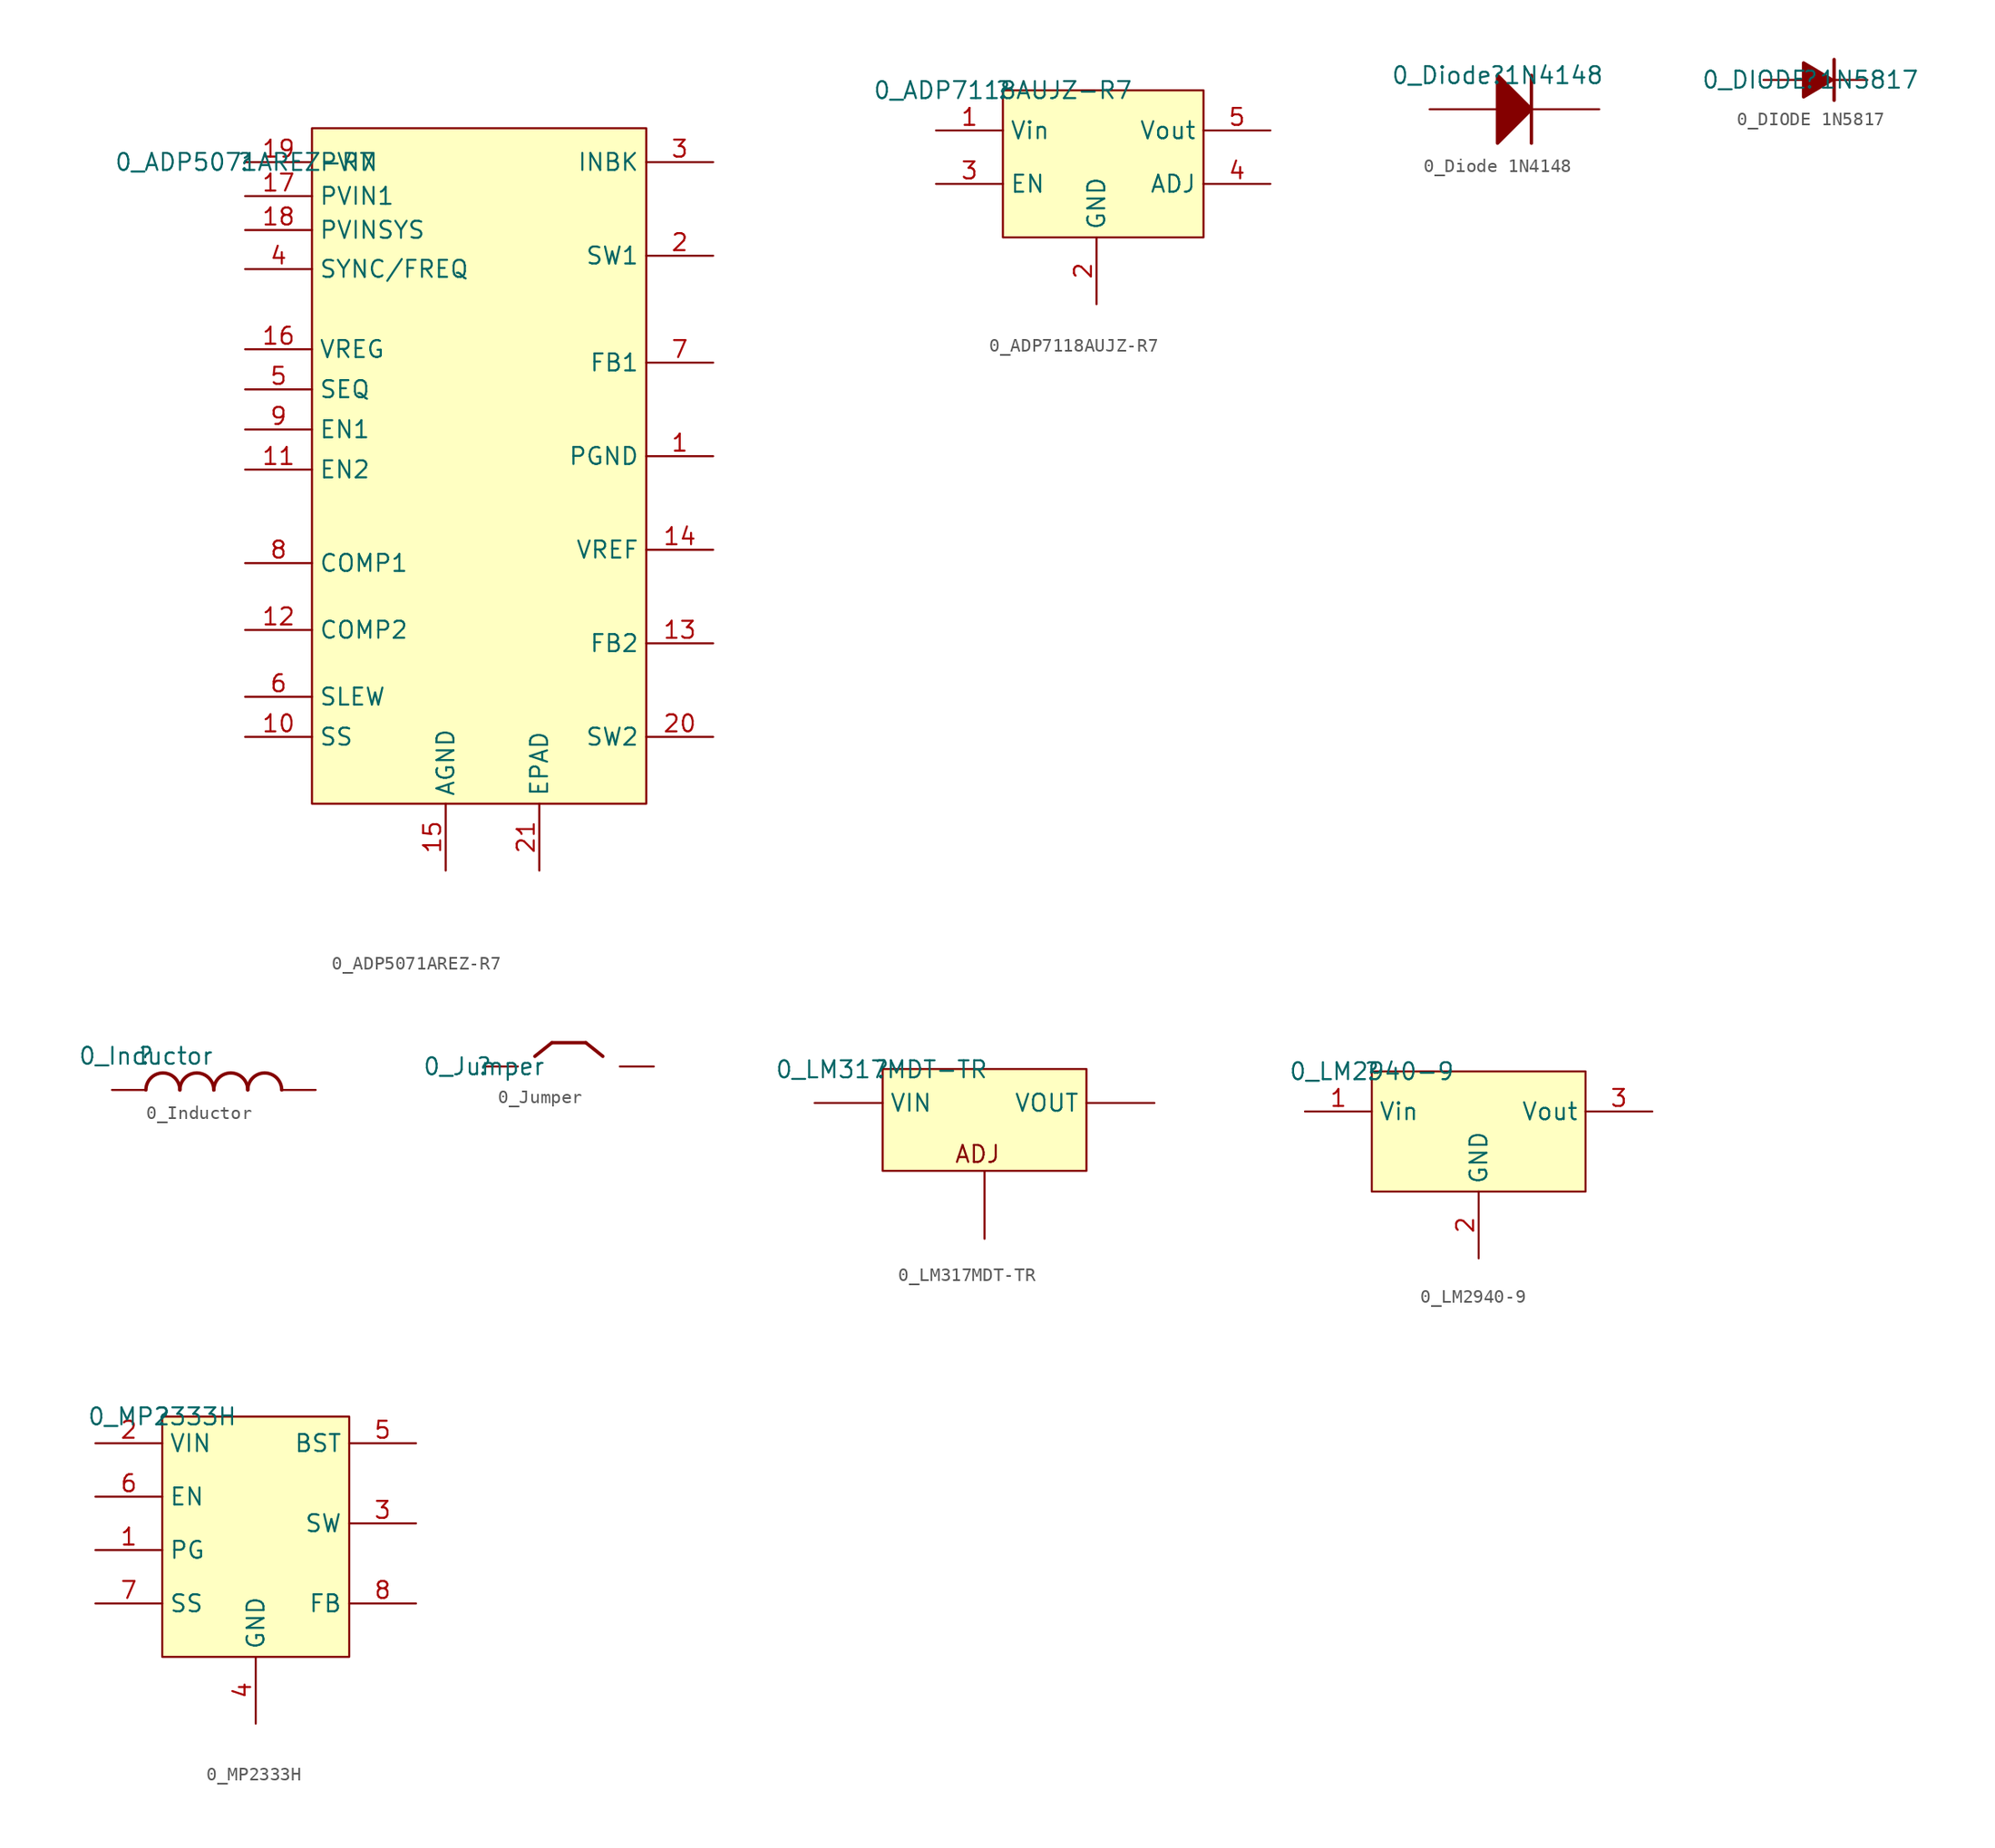
<source format=kicad_sym>
(kicad_symbol_lib
  (version 20211014)
  (generator kicad_symbol_editor)
  (symbol "0_ADP5071AREZ-R7"
    (property "Reference" ""
      (at 0 0 0)
      (effects (font (size 1.27 1.27))))
    (property "Value" "0_ADP5071AREZ-R7"
      (at 0 0 0)
      (effects (font (size 1.27 1.27))))
    (symbol "0_ADP5071AREZ-R7_1_0"
      (rectangle (start 30 2.54) (end 5 -48) (stroke (width 0) (type default) (color 0 0 0 0)) (fill (type background)))
      (pin power_in line (at 35 -22 180) (length 5) (name "PGND" (effects (font (size 1.27 1.27)))) (number "1" (effects (font (size 1.27 1.27)))))
      (pin input line (at 0 -43 0) (length 5) (name "SS" (effects (font (size 1.27 1.27)))) (number "10" (effects (font (size 1.27 1.27)))))
      (pin input line (at 0 -23 0) (length 5) (name "EN2" (effects (font (size 1.27 1.27)))) (number "11" (effects (font (size 1.27 1.27)))))
      (pin input line (at 0 -35 0) (length 5) (name "COMP2" (effects (font (size 1.27 1.27)))) (number "12" (effects (font (size 1.27 1.27)))))
      (pin input line (at 35 -36 180) (length 5) (name "FB2" (effects (font (size 1.27 1.27)))) (number "13" (effects (font (size 1.27 1.27)))))
      (pin power_in line (at 35 -29 180) (length 5) (name "VREF" (effects (font (size 1.27 1.27)))) (number "14" (effects (font (size 1.27 1.27)))))
      (pin power_in line (at 15 -53 90) (length 5) (name "AGND" (effects (font (size 1.27 1.27)))) (number "15" (effects (font (size 1.27 1.27)))))
      (pin power_in line (at 0 -14 0) (length 5) (name "VREG" (effects (font (size 1.27 1.27)))) (number "16" (effects (font (size 1.27 1.27)))))
      (pin power_in line (at 0 -2.54 0) (length 5) (name "PVIN1" (effects (font (size 1.27 1.27)))) (number "17" (effects (font (size 1.27 1.27)))))
      (pin power_in line (at 0 -5.08 0) (length 5) (name "PVINSYS" (effects (font (size 1.27 1.27)))) (number "18" (effects (font (size 1.27 1.27)))))
      (pin power_in line (at 0 0 0) (length 5) (name "PVIN" (effects (font (size 1.27 1.27)))) (number "19" (effects (font (size 1.27 1.27)))))
      (pin input line (at 35 -7 180) (length 5) (name "SW1" (effects (font (size 1.27 1.27)))) (number "2" (effects (font (size 1.27 1.27)))))
      (pin input line (at 35 -43 180) (length 5) (name "SW2" (effects (font (size 1.27 1.27)))) (number "20" (effects (font (size 1.27 1.27)))))
      (pin passive line (at 22 -53 90) (length 5) (name "EPAD" (effects (font (size 1.27 1.27)))) (number "21" (effects (font (size 1.27 1.27)))))
      (pin output line (at 35 0 180) (length 5) (name "INBK" (effects (font (size 1.27 1.27)))) (number "3" (effects (font (size 1.27 1.27)))))
      (pin input line (at 0 -8 0) (length 5) (name "SYNC/FREQ" (effects (font (size 1.27 1.27)))) (number "4" (effects (font (size 1.27 1.27)))))
      (pin input line (at 0 -17 0) (length 5) (name "SEQ" (effects (font (size 1.27 1.27)))) (number "5" (effects (font (size 1.27 1.27)))))
      (pin input line (at 0 -40 0) (length 5) (name "SLEW" (effects (font (size 1.27 1.27)))) (number "6" (effects (font (size 1.27 1.27)))))
      (pin input line (at 35 -15 180) (length 5) (name "FB1" (effects (font (size 1.27 1.27)))) (number "7" (effects (font (size 1.27 1.27)))))
      (pin input line (at 0 -30 0) (length 5) (name "COMP1" (effects (font (size 1.27 1.27)))) (number "8" (effects (font (size 1.27 1.27)))))
      (pin input line (at 0 -20 0) (length 5) (name "EN1" (effects (font (size 1.27 1.27)))) (number "9" (effects (font (size 1.27 1.27)))))))
  (symbol "0_ADP7118AUJZ-R7"
    (property "Reference" ""
      (at 0 0 0)
      (effects (font (size 1.27 1.27))))
    (property "Value" "0_ADP7118AUJZ-R7"
      (at 0 0 0)
      (effects (font (size 1.27 1.27))))
    (symbol "0_ADP7118AUJZ-R7_1_0"
      (rectangle (start 15 0) (end 0 -11) (stroke (width 0) (type default) (color 0 0 0 0)) (fill (type background)))
      (pin power_in line (at -5 -3 0) (length 5) (name "Vin" (effects (font (size 1.27 1.27)))) (number "1" (effects (font (size 1.27 1.27)))))
      (pin power_in line (at 7 -16 90) (length 5) (name "GND" (effects (font (size 1.27 1.27)))) (number "2" (effects (font (size 1.27 1.27)))))
      (pin input line (at -5 -7 0) (length 5) (name "EN" (effects (font (size 1.27 1.27)))) (number "3" (effects (font (size 1.27 1.27)))))
      (pin input line (at 20 -7 180) (length 5) (name "ADJ" (effects (font (size 1.27 1.27)))) (number "4" (effects (font (size 1.27 1.27)))))
      (pin power_in line (at 20 -3 180) (length 5) (name "Vout" (effects (font (size 1.27 1.27)))) (number "5" (effects (font (size 1.27 1.27)))))))
  (symbol "0_Diode 1N4148"
    (property "Reference" ""
      (at 0 0 0)
      (effects (font (size 1.27 1.27))))
    (property "Value" "0_Diode 1N4148"
      (at 0 0 0)
      (effects (font (size 1.27 1.27))))
    (symbol "0_Diode 1N4148_1_0"
      (polyline (pts (xy 2.54 0) (xy 2.54 -5.08)) (stroke (width 0.254) (type default) (color 0 0 0 0)) (fill (type none)))
      (polyline (pts (xy 0 -5.08) (xy 2.54 -2.54) (xy 0 0) (xy 0 -5.08)) (stroke (width 0.254) (type default) (color 0 0 0 0)) (fill (type outline)))
      (pin passive line (at -5.08 -2.54 0) (length 5.08) (name "A" (effects (font (size 0 0)))) (number "1" (effects (font (size 0 0)))))
      (pin passive line (at 7.62 -2.54 180) (length 5.08) (name "K" (effects (font (size 0 0)))) (number "2" (effects (font (size 0 0)))))))
  (symbol "0_DIODE 1N5817"
    (property "Reference" ""
      (at 0 0 0)
      (effects (font (size 1.27 1.27))))
    (property "Value" "0_DIODE 1N5817"
      (at 0 0 0)
      (effects (font (size 1.27 1.27))))
    (symbol "0_DIODE 1N5817_1_0"
      (polyline (pts (xy 1.778 1.524) (xy 1.778 -1.524)) (stroke (width 0.254) (type default) (color 0 0 0 0)) (fill (type none)))
      (polyline (pts (xy -0.508 -1.27) (xy 1.62 0) (xy -0.508 1.27) (xy -0.508 -1.27)) (stroke (width 0.254) (type default) (color 0 0 0 0)) (fill (type outline)))
      (pin passive line (at -3.508 0 0) (length 3) (name "A" (effects (font (size 0 0)))) (number "A" (effects (font (size 0 0)))))
      (pin passive line (at 4.27 0 180) (length 3) (name "K" (effects (font (size 0 0)))) (number "K" (effects (font (size 0 0)))))))
  (symbol "0_Inductor"
    (property "Reference" ""
      (at 0 0 0)
      (effects (font (size 1.27 1.27))))
    (property "Value" "0_Inductor"
      (at 0 0 0)
      (effects (font (size 1.27 1.27))))
    (symbol "0_Inductor_1_0"
      (arc (start 1.27 -1.27) (mid 0.372 -1.642) (end 0 -2.54) (stroke (width 0.254) (type default) (color 0 0 0 0)) (fill (type none)))
      (arc (start 2.54 -2.54) (mid 2.168 -1.642) (end 1.27 -1.27) (stroke (width 0.254) (type default) (color 0 0 0 0)) (fill (type none)))
      (arc (start 3.81 -1.27) (mid 2.912 -1.642) (end 2.54 -2.54) (stroke (width 0.254) (type default) (color 0 0 0 0)) (fill (type none)))
      (arc (start 5.08 -2.54) (mid 4.708 -1.642) (end 3.81 -1.27) (stroke (width 0.254) (type default) (color 0 0 0 0)) (fill (type none)))
      (arc (start 6.35 -1.27) (mid 5.452 -1.642) (end 5.08 -2.54) (stroke (width 0.254) (type default) (color 0 0 0 0)) (fill (type none)))
      (arc (start 7.62 -2.54) (mid 7.248 -1.642) (end 6.35 -1.27) (stroke (width 0.254) (type default) (color 0 0 0 0)) (fill (type none)))
      (arc (start 8.89 -1.27) (mid 7.992 -1.642) (end 7.62 -2.54) (stroke (width 0.254) (type default) (color 0 0 0 0)) (fill (type none)))
      (arc (start 10.16 -2.54) (mid 9.788 -1.642) (end 8.89 -1.27) (stroke (width 0.254) (type default) (color 0 0 0 0)) (fill (type none)))
      (pin passive line (at -2.54 -2.54 0) (length 2.54) (name "1" (effects (font (size 0 0)))) (number "1" (effects (font (size 0 0)))))
      (pin passive line (at 12.7 -2.54 180) (length 2.54) (name "2" (effects (font (size 0 0)))) (number "2" (effects (font (size 0 0)))))))
  (symbol "0_Jumper"
    (property "Reference" ""
      (at 0 0 0)
      (effects (font (size 1.27 1.27))))
    (property "Value" "0_Jumper"
      (at 0 0 0)
      (effects (font (size 1.27 1.27))))
    (symbol "0_Jumper_1_0"
      (polyline (pts (xy 3.81 0.762) (xy 5.08 1.778)) (stroke (width 0.254) (type default) (color 0 0 0 0)) (fill (type none)))
      (polyline (pts (xy 7.62 1.778) (xy 5.08 1.778)) (stroke (width 0.254) (type default) (color 0 0 0 0)) (fill (type none)))
      (polyline (pts (xy 7.62 1.778) (xy 8.89 0.762)) (stroke (width 0.254) (type default) (color 0 0 0 0)) (fill (type none)))
      (pin passive line (at 0 0 0) (length 2.54) (name "C1" (effects (font (size 0 0)))) (number "1" (effects (font (size 0 0)))))
      (pin passive line (at 12.7 0 180) (length 2.54) (name "C2" (effects (font (size 0 0)))) (number "2" (effects (font (size 0 0)))))))
  (symbol "0_LM317MDT-TR"
    (property "Reference" ""
      (at 0 0 0)
      (effects (font (size 1.27 1.27))))
    (property "Value" "0_LM317MDT-TR"
      (at 0 0 0)
      (effects (font (size 1.27 1.27))))
    (symbol "0_LM317MDT-TR_1_0"
      (rectangle (start 15.32 0.04) (end 0.08 -7.58) (stroke (width 0) (type default) (color 0 0 0 0)) (fill (type background)))
      (text "ADJ" (at 5.414 -7.072 0) (effects (font (size 1.27 1.27)) (justify left bottom)))
      (pin input line (at 7.7 -12.66 90) (length 5.08) (name "ADJ" (effects (font (size 0 0)))) (number "1" (effects (font (size 0 0)))))
      (pin power_in line (at -5 -2.5 0) (length 5.08) (name "VIN" (effects (font (size 1.27 1.27)))) (number "3" (effects (font (size 0 0)))))
      (pin power_in line (at 20.4 -2.5 180) (length 5.08) (name "VOUT" (effects (font (size 1.27 1.27)))) (number "4" (effects (font (size 0 0)))))))
  (symbol "0_LM2940-9"
    (property "Reference" ""
      (at 0 0 0)
      (effects (font (size 1.27 1.27))))
    (property "Value" "0_LM2940-9"
      (at 0 0 0)
      (effects (font (size 1.27 1.27))))
    (symbol "0_LM2940-9_1_0"
      (rectangle (start 16 0) (end 0 -9) (stroke (width 0) (type default) (color 0 0 0 0)) (fill (type background)))
      (pin power_in line (at -5 -3 0) (length 5) (name "Vin" (effects (font (size 1.27 1.27)))) (number "1" (effects (font (size 1.27 1.27)))))
      (pin input line (at 8 -14 90) (length 5) (name "GND" (effects (font (size 1.27 1.27)))) (number "2" (effects (font (size 1.27 1.27)))))
      (pin power_in line (at 21 -3 180) (length 5) (name "Vout" (effects (font (size 1.27 1.27)))) (number "3" (effects (font (size 1.27 1.27)))))))
  (symbol "0_MP2333H"
    (property "Reference" ""
      (at 0 0 0)
      (effects (font (size 1.27 1.27))))
    (property "Value" "0_MP2333H"
      (at 0 0 0)
      (effects (font (size 1.27 1.27))))
    (symbol "0_MP2333H_1_0"
      (rectangle (start 14 0) (end 0 -18) (stroke (width 0) (type default) (color 0 0 0 0)) (fill (type background)))
      (pin input line (at -5 -10 0) (length 5) (name "PG" (effects (font (size 1.27 1.27)))) (number "1" (effects (font (size 1.27 1.27)))))
      (pin power_in line (at -5 -2 0) (length 5) (name "VIN" (effects (font (size 1.27 1.27)))) (number "2" (effects (font (size 1.27 1.27)))))
      (pin bidirectional line (at 19 -8 180) (length 5) (name "SW" (effects (font (size 1.27 1.27)))) (number "3" (effects (font (size 1.27 1.27)))))
      (pin power_in line (at 7 -23 90) (length 5) (name "GND" (effects (font (size 1.27 1.27)))) (number "4" (effects (font (size 1.27 1.27)))))
      (pin bidirectional line (at 19 -2 180) (length 5) (name "BST" (effects (font (size 1.27 1.27)))) (number "5" (effects (font (size 1.27 1.27)))))
      (pin input line (at -5 -6 0) (length 5) (name "EN" (effects (font (size 1.27 1.27)))) (number "6" (effects (font (size 1.27 1.27)))))
      (pin passive line (at -5 -14 0) (length 5) (name "SS" (effects (font (size 1.27 1.27)))) (number "7" (effects (font (size 1.27 1.27)))))
      (pin input line (at 19 -14 180) (length 5) (name "FB" (effects (font (size 1.27 1.27)))) (number "8" (effects (font (size 1.27 1.27))))))))
</source>
